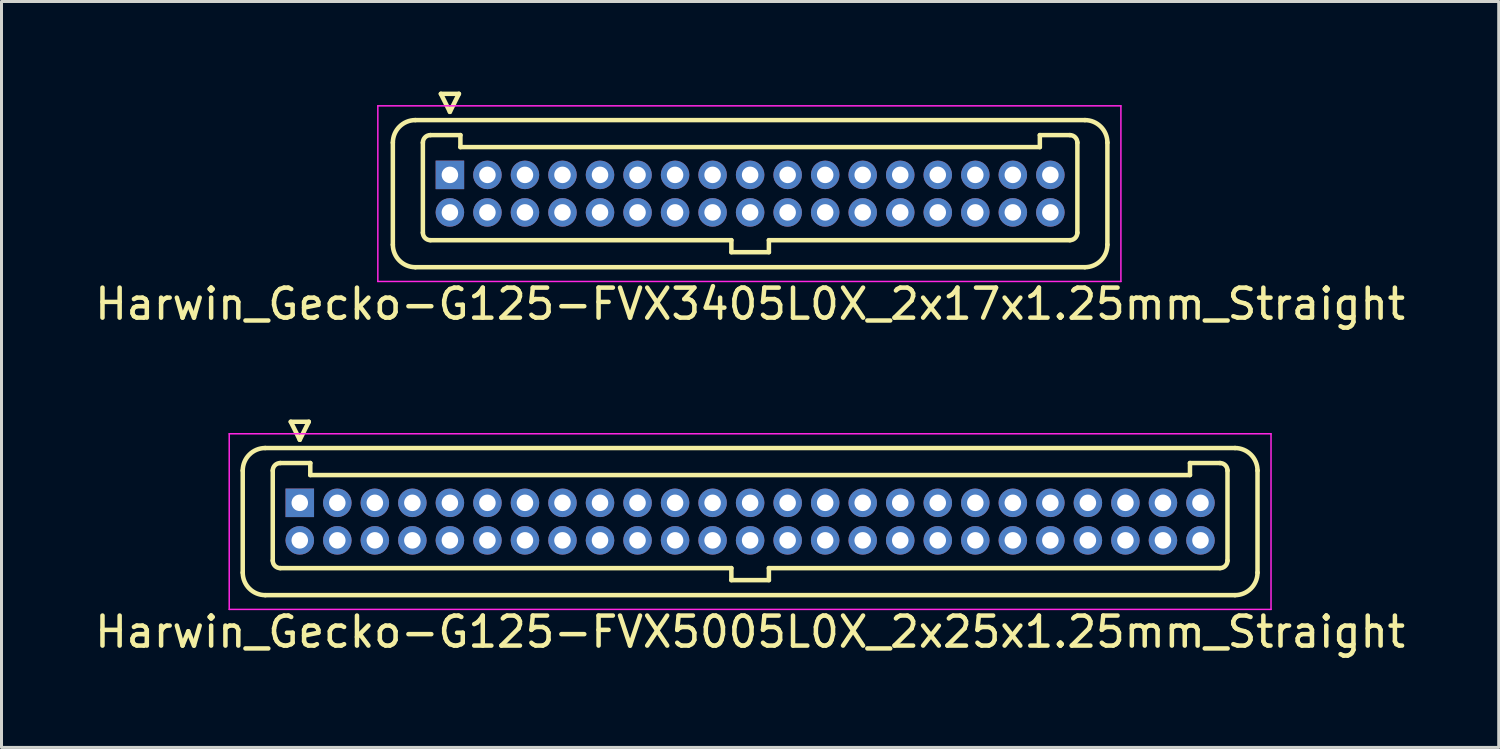
<source format=kicad_pcb>
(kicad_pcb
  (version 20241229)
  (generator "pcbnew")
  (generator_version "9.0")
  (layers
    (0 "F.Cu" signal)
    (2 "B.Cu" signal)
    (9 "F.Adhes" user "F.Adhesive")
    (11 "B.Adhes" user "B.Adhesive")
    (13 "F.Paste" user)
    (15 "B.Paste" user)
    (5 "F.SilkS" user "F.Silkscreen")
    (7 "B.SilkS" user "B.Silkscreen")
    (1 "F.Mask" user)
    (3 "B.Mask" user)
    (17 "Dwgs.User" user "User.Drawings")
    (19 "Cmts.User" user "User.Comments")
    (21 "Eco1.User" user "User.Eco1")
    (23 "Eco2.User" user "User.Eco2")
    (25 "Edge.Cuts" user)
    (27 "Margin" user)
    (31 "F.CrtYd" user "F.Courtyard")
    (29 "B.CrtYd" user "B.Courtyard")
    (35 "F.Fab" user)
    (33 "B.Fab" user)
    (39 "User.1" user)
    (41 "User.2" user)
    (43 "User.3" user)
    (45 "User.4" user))
  (footprint "Harwin_Gecko-G125-FVX3405L0X_2x17x1.25mm_Straight"
    (layer "F.Cu")
    (at 11.935 2.775)
    (property "Reference" "Harwin_Gecko-G125-FVX3405L0X_2x17x1.25mm_Straight" (at 10 4.3 0) (layer "F.SilkS") (effects (font (size 1 1) (thickness 0.15))))
    (attr through_hole)
    (fp_line (start -1.9 -1.075) (end -1.9 2.325) (stroke (width 0.15) (type solid)) (layer "F.SilkS"))
    (fp_line (start -1.15 -1.825) (end 21.15 -1.825) (stroke (width 0.15) (type solid)) (layer "F.SilkS"))
    (fp_line (start -1.15 3.075) (end 21.15 3.075) (stroke (width 0.15) (type solid)) (layer "F.SilkS"))
    (fp_line (start -0.9 -1.075) (end -0.9 1.925) (stroke (width 0.15) (type solid)) (layer "F.SilkS"))
    (fp_line (start -0.65 -1.325) (end 0.35 -1.325) (stroke (width 0.15) (type solid)) (layer "F.SilkS"))
    (fp_line (start -0.65 2.175) (end 9.375 2.175) (stroke (width 0.15) (type solid)) (layer "F.SilkS"))
    (fp_line (start -0.3 -2.7) (end 0.3 -2.7) (stroke (width 0.15) (type solid)) (layer "F.SilkS"))
    (fp_line (start 0 -2.1) (end -0.3 -2.7) (stroke (width 0.15) (type solid)) (layer "F.SilkS"))
    (fp_line (start 0.3 -2.7) (end 0 -2.1) (stroke (width 0.15) (type solid)) (layer "F.SilkS"))
    (fp_line (start 0.35 -1.325) (end 0.35 -0.925) (stroke (width 0.15) (type solid)) (layer "F.SilkS"))
    (fp_line (start 0.35 -0.925) (end 19.65 -0.925) (stroke (width 0.15) (type solid)) (layer "F.SilkS"))
    (fp_line (start 9.375 2.175) (end 9.375 2.575) (stroke (width 0.15) (type solid)) (layer "F.SilkS"))
    (fp_line (start 9.375 2.575) (end 10.625 2.575) (stroke (width 0.15) (type solid)) (layer "F.SilkS"))
    (fp_line (start 10.625 2.175) (end 20.65 2.175) (stroke (width 0.15) (type solid)) (layer "F.SilkS"))
    (fp_line (start 10.625 2.575) (end 10.625 2.175) (stroke (width 0.15) (type solid)) (layer "F.SilkS"))
    (fp_line (start 19.65 -1.325) (end 20.65 -1.325) (stroke (width 0.15) (type solid)) (layer "F.SilkS"))
    (fp_line (start 19.65 -0.925) (end 19.65 -1.325) (stroke (width 0.15) (type solid)) (layer "F.SilkS"))
    (fp_line (start 20.9 -1.075) (end 20.9 1.925) (stroke (width 0.15) (type solid)) (layer "F.SilkS"))
    (fp_line (start 21.9 -1.075) (end 21.9 2.325) (stroke (width 0.15) (type solid)) (layer "F.SilkS"))
    (fp_arc (start -1.9 -1.075) (mid -1.68033 -1.60533) (end -1.15 -1.825) (stroke (width 0.15) (type solid)) (layer "F.SilkS"))
    (fp_arc (start -1.15 3.075) (mid -1.68033 2.85533) (end -1.9 2.325) (stroke (width 0.15) (type solid)) (layer "F.SilkS"))
    (fp_arc (start -0.9 -1.075) (mid -0.826777 -1.251777) (end -0.65 -1.325) (stroke (width 0.15) (type solid)) (layer "F.SilkS"))
    (fp_arc (start -0.65 2.175) (mid -0.826777 2.101777) (end -0.9 1.925) (stroke (width 0.15) (type solid)) (layer "F.SilkS"))
    (fp_arc (start 20.65 -1.325) (mid 20.826777 -1.251777) (end 20.9 -1.075) (stroke (width 0.15) (type solid)) (layer "F.SilkS"))
    (fp_arc (start 20.9 1.925) (mid 20.826777 2.101777) (end 20.65 2.175) (stroke (width 0.15) (type solid)) (layer "F.SilkS"))
    (fp_arc (start 21.15 -1.825) (mid 21.68033 -1.60533) (end 21.9 -1.075) (stroke (width 0.15) (type solid)) (layer "F.SilkS"))
    (fp_arc (start 21.9 2.325) (mid 21.68033 2.85533) (end 21.15 3.075) (stroke (width 0.15) (type solid)) (layer "F.SilkS"))
    (fp_line (start -2.4 -2.3) (end -2.4 3.55) (stroke (width 0.05) (type solid)) (layer "F.CrtYd"))
    (fp_line (start -2.4 3.55) (end 22.35 3.55) (stroke (width 0.05) (type solid)) (layer "F.CrtYd"))
    (fp_line (start 22.35 -2.3) (end -2.4 -2.3) (stroke (width 0.05) (type solid)) (layer "F.CrtYd"))
    (fp_line (start 22.35 3.55) (end 22.35 -2.3) (stroke (width 0.05) (type solid)) (layer "F.CrtYd"))
    (pad "1" thru_hole rect (at 0 0) (size 0.95 0.95) (drill 0.55) (layers "*.Cu" "*.Mask"))
    (pad "2" thru_hole circle (at 0 1.25) (size 0.95 0.95) (drill 0.55) (layers "*.Cu" "*.Mask"))
    (pad "3" thru_hole circle (at 1.25 0) (size 0.95 0.95) (drill 0.55) (layers "*.Cu" "*.Mask"))
    (pad "4" thru_hole circle (at 1.25 1.25) (size 0.95 0.95) (drill 0.55) (layers "*.Cu" "*.Mask"))
    (pad "5" thru_hole circle (at 2.5 0) (size 0.95 0.95) (drill 0.55) (layers "*.Cu" "*.Mask"))
    (pad "6" thru_hole circle (at 2.5 1.25) (size 0.95 0.95) (drill 0.55) (layers "*.Cu" "*.Mask"))
    (pad "7" thru_hole circle (at 3.75 0) (size 0.95 0.95) (drill 0.55) (layers "*.Cu" "*.Mask"))
    (pad "8" thru_hole circle (at 3.75 1.25) (size 0.95 0.95) (drill 0.55) (layers "*.Cu" "*.Mask"))
    (pad "9" thru_hole circle (at 5 0) (size 0.95 0.95) (drill 0.55) (layers "*.Cu" "*.Mask"))
    (pad "10" thru_hole circle (at 5 1.25) (size 0.95 0.95) (drill 0.55) (layers "*.Cu" "*.Mask"))
    (pad "11" thru_hole circle (at 6.25 0) (size 0.95 0.95) (drill 0.55) (layers "*.Cu" "*.Mask"))
    (pad "12" thru_hole circle (at 6.25 1.25) (size 0.95 0.95) (drill 0.55) (layers "*.Cu" "*.Mask"))
    (pad "13" thru_hole circle (at 7.5 0) (size 0.95 0.95) (drill 0.55) (layers "*.Cu" "*.Mask"))
    (pad "14" thru_hole circle (at 7.5 1.25) (size 0.95 0.95) (drill 0.55) (layers "*.Cu" "*.Mask"))
    (pad "15" thru_hole circle (at 8.75 0) (size 0.95 0.95) (drill 0.55) (layers "*.Cu" "*.Mask"))
    (pad "16" thru_hole circle (at 8.75 1.25) (size 0.95 0.95) (drill 0.55) (layers "*.Cu" "*.Mask"))
    (pad "17" thru_hole circle (at 10 0) (size 0.95 0.95) (drill 0.55) (layers "*.Cu" "*.Mask"))
    (pad "18" thru_hole circle (at 10 1.25) (size 0.95 0.95) (drill 0.55) (layers "*.Cu" "*.Mask"))
    (pad "19" thru_hole circle (at 11.25 0) (size 0.95 0.95) (drill 0.55) (layers "*.Cu" "*.Mask"))
    (pad "20" thru_hole circle (at 11.25 1.25) (size 0.95 0.95) (drill 0.55) (layers "*.Cu" "*.Mask"))
    (pad "21" thru_hole circle (at 12.5 0) (size 0.95 0.95) (drill 0.55) (layers "*.Cu" "*.Mask"))
    (pad "22" thru_hole circle (at 12.5 1.25) (size 0.95 0.95) (drill 0.55) (layers "*.Cu" "*.Mask"))
    (pad "23" thru_hole circle (at 13.75 0) (size 0.95 0.95) (drill 0.55) (layers "*.Cu" "*.Mask"))
    (pad "24" thru_hole circle (at 13.75 1.25) (size 0.95 0.95) (drill 0.55) (layers "*.Cu" "*.Mask"))
    (pad "25" thru_hole circle (at 15 0) (size 0.95 0.95) (drill 0.55) (layers "*.Cu" "*.Mask"))
    (pad "26" thru_hole circle (at 15 1.25) (size 0.95 0.95) (drill 0.55) (layers "*.Cu" "*.Mask"))
    (pad "27" thru_hole circle (at 16.25 0) (size 0.95 0.95) (drill 0.55) (layers "*.Cu" "*.Mask"))
    (pad "28" thru_hole circle (at 16.25 1.25) (size 0.95 0.95) (drill 0.55) (layers "*.Cu" "*.Mask"))
    (pad "29" thru_hole circle (at 17.5 0) (size 0.95 0.95) (drill 0.55) (layers "*.Cu" "*.Mask"))
    (pad "30" thru_hole circle (at 17.5 1.25) (size 0.95 0.95) (drill 0.55) (layers "*.Cu" "*.Mask"))
    (pad "31" thru_hole circle (at 18.75 0) (size 0.95 0.95) (drill 0.55) (layers "*.Cu" "*.Mask"))
    (pad "32" thru_hole circle (at 18.75 1.25) (size 0.95 0.95) (drill 0.55) (layers "*.Cu" "*.Mask"))
    (pad "33" thru_hole circle (at 20 0) (size 0.95 0.95) (drill 0.55) (layers "*.Cu" "*.Mask"))
    (pad "34" thru_hole circle (at 20 1.25) (size 0.95 0.95) (drill 0.55) (layers "*.Cu" "*.Mask")))
  (footprint "Harwin_Gecko-G125-FVX5005L0X_2x25x1.25mm_Straight"
    (layer "F.Cu")
    (at 6.935 13.698)
    (property "Reference" "Harwin_Gecko-G125-FVX5005L0X_2x25x1.25mm_Straight" (at 15 4.3 0) (layer "F.SilkS") (effects (font (size 1 1) (thickness 0.15))))
    (attr through_hole)
    (fp_line (start -1.9 -1.075) (end -1.9 2.325) (stroke (width 0.15) (type solid)) (layer "F.SilkS"))
    (fp_line (start -1.15 -1.825) (end 31.15 -1.825) (stroke (width 0.15) (type solid)) (layer "F.SilkS"))
    (fp_line (start -1.15 3.075) (end 31.15 3.075) (stroke (width 0.15) (type solid)) (layer "F.SilkS"))
    (fp_line (start -0.9 -1.075) (end -0.9 1.925) (stroke (width 0.15) (type solid)) (layer "F.SilkS"))
    (fp_line (start -0.65 -1.325) (end 0.35 -1.325) (stroke (width 0.15) (type solid)) (layer "F.SilkS"))
    (fp_line (start -0.65 2.175) (end 14.375 2.175) (stroke (width 0.15) (type solid)) (layer "F.SilkS"))
    (fp_line (start -0.3 -2.7) (end 0.3 -2.7) (stroke (width 0.15) (type solid)) (layer "F.SilkS"))
    (fp_line (start 0 -2.1) (end -0.3 -2.7) (stroke (width 0.15) (type solid)) (layer "F.SilkS"))
    (fp_line (start 0.3 -2.7) (end 0 -2.1) (stroke (width 0.15) (type solid)) (layer "F.SilkS"))
    (fp_line (start 0.35 -1.325) (end 0.35 -0.925) (stroke (width 0.15) (type solid)) (layer "F.SilkS"))
    (fp_line (start 0.35 -0.925) (end 29.65 -0.925) (stroke (width 0.15) (type solid)) (layer "F.SilkS"))
    (fp_line (start 14.375 2.175) (end 14.375 2.575) (stroke (width 0.15) (type solid)) (layer "F.SilkS"))
    (fp_line (start 14.375 2.575) (end 15.625 2.575) (stroke (width 0.15) (type solid)) (layer "F.SilkS"))
    (fp_line (start 15.625 2.175) (end 30.65 2.175) (stroke (width 0.15) (type solid)) (layer "F.SilkS"))
    (fp_line (start 15.625 2.575) (end 15.625 2.175) (stroke (width 0.15) (type solid)) (layer "F.SilkS"))
    (fp_line (start 29.65 -1.325) (end 30.65 -1.325) (stroke (width 0.15) (type solid)) (layer "F.SilkS"))
    (fp_line (start 29.65 -0.925) (end 29.65 -1.325) (stroke (width 0.15) (type solid)) (layer "F.SilkS"))
    (fp_line (start 30.9 -1.075) (end 30.9 1.925) (stroke (width 0.15) (type solid)) (layer "F.SilkS"))
    (fp_line (start 31.9 -1.075) (end 31.9 2.325) (stroke (width 0.15) (type solid)) (layer "F.SilkS"))
    (fp_arc (start -1.9 -1.075) (mid -1.68033 -1.60533) (end -1.15 -1.825) (stroke (width 0.15) (type solid)) (layer "F.SilkS"))
    (fp_arc (start -1.15 3.075) (mid -1.68033 2.85533) (end -1.9 2.325) (stroke (width 0.15) (type solid)) (layer "F.SilkS"))
    (fp_arc (start -0.9 -1.075) (mid -0.826777 -1.251777) (end -0.65 -1.325) (stroke (width 0.15) (type solid)) (layer "F.SilkS"))
    (fp_arc (start -0.65 2.175) (mid -0.826777 2.101777) (end -0.9 1.925) (stroke (width 0.15) (type solid)) (layer "F.SilkS"))
    (fp_arc (start 30.65 -1.325) (mid 30.826777 -1.251777) (end 30.9 -1.075) (stroke (width 0.15) (type solid)) (layer "F.SilkS"))
    (fp_arc (start 30.9 1.925) (mid 30.826777 2.101777) (end 30.65 2.175) (stroke (width 0.15) (type solid)) (layer "F.SilkS"))
    (fp_arc (start 31.15 -1.825) (mid 31.68033 -1.60533) (end 31.9 -1.075) (stroke (width 0.15) (type solid)) (layer "F.SilkS"))
    (fp_arc (start 31.9 2.325) (mid 31.68033 2.85533) (end 31.15 3.075) (stroke (width 0.15) (type solid)) (layer "F.SilkS"))
    (fp_line (start -2.35 -2.3) (end -2.35 3.55) (stroke (width 0.05) (type solid)) (layer "F.CrtYd"))
    (fp_line (start -2.35 3.55) (end 32.35 3.55) (stroke (width 0.05) (type solid)) (layer "F.CrtYd"))
    (fp_line (start 32.35 -2.3) (end -2.35 -2.3) (stroke (width 0.05) (type solid)) (layer "F.CrtYd"))
    (fp_line (start 32.35 3.55) (end 32.35 -2.3) (stroke (width 0.05) (type solid)) (layer "F.CrtYd"))
    (pad "1" thru_hole rect (at 0 0) (size 0.95 0.95) (drill 0.55) (layers "*.Cu" "*.Mask"))
    (pad "2" thru_hole circle (at 0 1.25) (size 0.95 0.95) (drill 0.55) (layers "*.Cu" "*.Mask"))
    (pad "3" thru_hole circle (at 1.25 0) (size 0.95 0.95) (drill 0.55) (layers "*.Cu" "*.Mask"))
    (pad "4" thru_hole circle (at 1.25 1.25) (size 0.95 0.95) (drill 0.55) (layers "*.Cu" "*.Mask"))
    (pad "5" thru_hole circle (at 2.5 0) (size 0.95 0.95) (drill 0.55) (layers "*.Cu" "*.Mask"))
    (pad "6" thru_hole circle (at 2.5 1.25) (size 0.95 0.95) (drill 0.55) (layers "*.Cu" "*.Mask"))
    (pad "7" thru_hole circle (at 3.75 0) (size 0.95 0.95) (drill 0.55) (layers "*.Cu" "*.Mask"))
    (pad "8" thru_hole circle (at 3.75 1.25) (size 0.95 0.95) (drill 0.55) (layers "*.Cu" "*.Mask"))
    (pad "9" thru_hole circle (at 5 0) (size 0.95 0.95) (drill 0.55) (layers "*.Cu" "*.Mask"))
    (pad "10" thru_hole circle (at 5 1.25) (size 0.95 0.95) (drill 0.55) (layers "*.Cu" "*.Mask"))
    (pad "11" thru_hole circle (at 6.25 0) (size 0.95 0.95) (drill 0.55) (layers "*.Cu" "*.Mask"))
    (pad "12" thru_hole circle (at 6.25 1.25) (size 0.95 0.95) (drill 0.55) (layers "*.Cu" "*.Mask"))
    (pad "13" thru_hole circle (at 7.5 0) (size 0.95 0.95) (drill 0.55) (layers "*.Cu" "*.Mask"))
    (pad "14" thru_hole circle (at 7.5 1.25) (size 0.95 0.95) (drill 0.55) (layers "*.Cu" "*.Mask"))
    (pad "15" thru_hole circle (at 8.75 0) (size 0.95 0.95) (drill 0.55) (layers "*.Cu" "*.Mask"))
    (pad "16" thru_hole circle (at 8.75 1.25) (size 0.95 0.95) (drill 0.55) (layers "*.Cu" "*.Mask"))
    (pad "17" thru_hole circle (at 10 0) (size 0.95 0.95) (drill 0.55) (layers "*.Cu" "*.Mask"))
    (pad "18" thru_hole circle (at 10 1.25) (size 0.95 0.95) (drill 0.55) (layers "*.Cu" "*.Mask"))
    (pad "19" thru_hole circle (at 11.25 0) (size 0.95 0.95) (drill 0.55) (layers "*.Cu" "*.Mask"))
    (pad "20" thru_hole circle (at 11.25 1.25) (size 0.95 0.95) (drill 0.55) (layers "*.Cu" "*.Mask"))
    (pad "21" thru_hole circle (at 12.5 0) (size 0.95 0.95) (drill 0.55) (layers "*.Cu" "*.Mask"))
    (pad "22" thru_hole circle (at 12.5 1.25) (size 0.95 0.95) (drill 0.55) (layers "*.Cu" "*.Mask"))
    (pad "23" thru_hole circle (at 13.75 0) (size 0.95 0.95) (drill 0.55) (layers "*.Cu" "*.Mask"))
    (pad "24" thru_hole circle (at 13.75 1.25) (size 0.95 0.95) (drill 0.55) (layers "*.Cu" "*.Mask"))
    (pad "25" thru_hole circle (at 15 0) (size 0.95 0.95) (drill 0.55) (layers "*.Cu" "*.Mask"))
    (pad "26" thru_hole circle (at 15 1.25) (size 0.95 0.95) (drill 0.55) (layers "*.Cu" "*.Mask"))
    (pad "27" thru_hole circle (at 16.25 0) (size 0.95 0.95) (drill 0.55) (layers "*.Cu" "*.Mask"))
    (pad "28" thru_hole circle (at 16.25 1.25) (size 0.95 0.95) (drill 0.55) (layers "*.Cu" "*.Mask"))
    (pad "29" thru_hole circle (at 17.5 0) (size 0.95 0.95) (drill 0.55) (layers "*.Cu" "*.Mask"))
    (pad "30" thru_hole circle (at 17.5 1.25) (size 0.95 0.95) (drill 0.55) (layers "*.Cu" "*.Mask"))
    (pad "31" thru_hole circle (at 18.75 0) (size 0.95 0.95) (drill 0.55) (layers "*.Cu" "*.Mask"))
    (pad "32" thru_hole circle (at 18.75 1.25) (size 0.95 0.95) (drill 0.55) (layers "*.Cu" "*.Mask"))
    (pad "33" thru_hole circle (at 20 0) (size 0.95 0.95) (drill 0.55) (layers "*.Cu" "*.Mask"))
    (pad "34" thru_hole circle (at 20 1.25) (size 0.95 0.95) (drill 0.55) (layers "*.Cu" "*.Mask"))
    (pad "35" thru_hole circle (at 21.25 0) (size 0.95 0.95) (drill 0.55) (layers "*.Cu" "*.Mask"))
    (pad "36" thru_hole circle (at 21.25 1.25) (size 0.95 0.95) (drill 0.55) (layers "*.Cu" "*.Mask"))
    (pad "37" thru_hole circle (at 22.5 0) (size 0.95 0.95) (drill 0.55) (layers "*.Cu" "*.Mask"))
    (pad "38" thru_hole circle (at 22.5 1.25) (size 0.95 0.95) (drill 0.55) (layers "*.Cu" "*.Mask"))
    (pad "39" thru_hole circle (at 23.75 0) (size 0.95 0.95) (drill 0.55) (layers "*.Cu" "*.Mask"))
    (pad "40" thru_hole circle (at 23.75 1.25) (size 0.95 0.95) (drill 0.55) (layers "*.Cu" "*.Mask"))
    (pad "41" thru_hole circle (at 25 0) (size 0.95 0.95) (drill 0.55) (layers "*.Cu" "*.Mask"))
    (pad "42" thru_hole circle (at 25 1.25) (size 0.95 0.95) (drill 0.55) (layers "*.Cu" "*.Mask"))
    (pad "43" thru_hole circle (at 26.25 0) (size 0.95 0.95) (drill 0.55) (layers "*.Cu" "*.Mask"))
    (pad "44" thru_hole circle (at 26.25 1.25) (size 0.95 0.95) (drill 0.55) (layers "*.Cu" "*.Mask"))
    (pad "45" thru_hole circle (at 27.5 0) (size 0.95 0.95) (drill 0.55) (layers "*.Cu" "*.Mask"))
    (pad "46" thru_hole circle (at 27.5 1.25) (size 0.95 0.95) (drill 0.55) (layers "*.Cu" "*.Mask"))
    (pad "47" thru_hole circle (at 28.75 0) (size 0.95 0.95) (drill 0.55) (layers "*.Cu" "*.Mask"))
    (pad "48" thru_hole circle (at 28.75 1.25) (size 0.95 0.95) (drill 0.55) (layers "*.Cu" "*.Mask"))
    (pad "49" thru_hole circle (at 30 0) (size 0.95 0.95) (drill 0.55) (layers "*.Cu" "*.Mask"))
    (pad "50" thru_hole circle (at 30 1.25) (size 0.95 0.95) (drill 0.55) (layers "*.Cu" "*.Mask")))
  (gr_rect
    (start -3 -3)
    (end 46.869 21.846)
    (stroke (width 0.1) (type default))
    (fill no)
    (layer "Edge.Cuts")))
</source>
